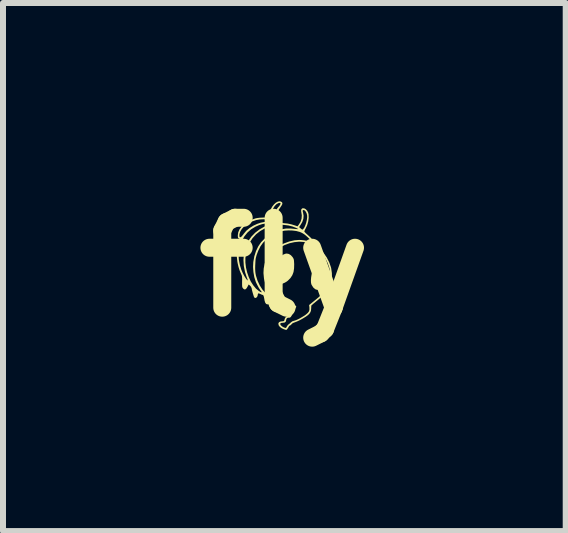
<source format=kicad_pcb>
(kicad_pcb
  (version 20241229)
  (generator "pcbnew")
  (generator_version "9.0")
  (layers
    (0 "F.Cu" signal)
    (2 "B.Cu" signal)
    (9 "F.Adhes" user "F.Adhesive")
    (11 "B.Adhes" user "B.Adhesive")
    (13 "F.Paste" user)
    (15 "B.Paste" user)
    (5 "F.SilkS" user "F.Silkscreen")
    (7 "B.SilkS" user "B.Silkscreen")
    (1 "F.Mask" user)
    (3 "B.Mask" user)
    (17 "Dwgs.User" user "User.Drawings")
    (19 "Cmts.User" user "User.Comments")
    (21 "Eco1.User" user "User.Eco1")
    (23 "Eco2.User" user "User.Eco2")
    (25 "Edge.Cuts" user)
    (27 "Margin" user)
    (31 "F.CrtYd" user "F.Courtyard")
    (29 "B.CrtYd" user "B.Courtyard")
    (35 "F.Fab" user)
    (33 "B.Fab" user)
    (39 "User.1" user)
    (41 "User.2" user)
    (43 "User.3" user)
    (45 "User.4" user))
  (footprint "fly"
    (layer "F.Cu")
    (at 1.693 1.404)
    (property "Reference" "fly" (at 0 0 0) (layer "F.SilkS") (effects (font (size 1.5 1.5) (thickness 0.3))))
    (attr board_only exclude_from_pos_files exclude_from_bom)
    (fp_poly (pts (xy 0.599 -0.059) (xy 0.61 -0.052) (xy 0.628 -0.03) (xy 0.644 0.004) (xy 0.656 0.047) (xy 0.665 0.096) (xy 0.67 0.147) (xy 0.672 0.199) (xy 0.669 0.247) (xy 0.661 0.29) (xy 0.649 0.322) (xy 0.626 0.354) (xy 0.596 0.374) (xy 0.563 0.382) (xy 0.529 0.376) (xy 0.513 0.368) (xy 0.482 0.341) (xy 0.457 0.301) (xy 0.45 0.287) (xy 0.444 0.257) (xy 0.443 0.217) (xy 0.447 0.17) (xy 0.455 0.121) (xy 0.467 0.072) (xy 0.482 0.028) (xy 0.497 -0.003) (xy 0.52 -0.034) (xy 0.546 -0.054) (xy 0.573 -0.063)) (stroke (width 0) (type solid)) (fill yes) (layer "F.SilkS"))
    (fp_poly (pts (xy 0.075 -0.218) (xy 0.109 -0.197) (xy 0.137 -0.166) (xy 0.147 -0.15) (xy 0.154 -0.136) (xy 0.159 -0.119) (xy 0.161 -0.096) (xy 0.163 -0.064) (xy 0.164 -0.048) (xy 0.162 0.023) (xy 0.153 0.083) (xy 0.133 0.136) (xy 0.103 0.182) (xy 0.061 0.225) (xy 0.057 0.229) (xy 0.012 0.259) (xy -0.034 0.279) (xy -0.08 0.286) (xy -0.124 0.28) (xy -0.139 0.274) (xy -0.173 0.252) (xy -0.198 0.219) (xy -0.213 0.177) (xy -0.219 0.13) (xy -0.216 0.077) (xy -0.202 0.022) (xy -0.179 -0.034) (xy -0.161 -0.068) (xy -0.131 -0.11) (xy -0.096 -0.148) (xy -0.058 -0.181) (xy -0.02 -0.206) (xy 0.015 -0.221) (xy 0.04 -0.225)) (stroke (width 0) (type solid)) (fill yes) (layer "F.SilkS"))
    (fp_poly (pts (xy -0.057 -1.092) (xy -0.038 -1.078) (xy -0.033 -1.065) (xy -0.035 -1.048) (xy -0.047 -1.025) (xy -0.068 -0.993) (xy -0.072 -0.987) (xy -0.089 -0.963) (xy -0.103 -0.941) (xy -0.11 -0.925) (xy -0.11 -0.925) (xy -0.112 -0.902) (xy -0.112 -0.871) (xy -0.109 -0.835) (xy -0.105 -0.801) (xy -0.099 -0.773) (xy -0.095 -0.764) (xy -0.084 -0.738) (xy -0.014 -0.732) (xy 0.055 -0.725) (xy 0.117 -0.712) (xy 0.179 -0.693) (xy 0.219 -0.679) (xy 0.237 -0.701) (xy 0.269 -0.752) (xy 0.287 -0.806) (xy 0.291 -0.862) (xy 0.285 -0.9) (xy 0.279 -0.936) (xy 0.283 -0.962) (xy 0.296 -0.976) (xy 0.305 -0.98) (xy 0.33 -0.979) (xy 0.355 -0.966) (xy 0.378 -0.943) (xy 0.395 -0.913) (xy 0.404 -0.88) (xy 0.406 -0.822) (xy 0.398 -0.76) (xy 0.381 -0.699) (xy 0.356 -0.644) (xy 0.352 -0.638) (xy 0.341 -0.616) (xy 0.334 -0.598) (xy 0.334 -0.59) (xy 0.342 -0.581) (xy 0.358 -0.564) (xy 0.379 -0.545) (xy 0.385 -0.54) (xy 0.433 -0.496) (xy 0.481 -0.443) (xy 0.524 -0.388) (xy 0.536 -0.371) (xy 0.556 -0.344) (xy 0.581 -0.316) (xy 0.596 -0.3) (xy 0.656 -0.234) (xy 0.708 -0.158) (xy 0.749 -0.077) (xy 0.778 0.006) (xy 0.781 0.019) (xy 0.793 0.103) (xy 0.791 0.185) (xy 0.775 0.265) (xy 0.744 0.342) (xy 0.7 0.414) (xy 0.668 0.452) (xy 0.65 0.47) (xy 0.623 0.495) (xy 0.591 0.523) (xy 0.556 0.553) (xy 0.542 0.564) (xy 0.511 0.59) (xy 0.484 0.612) (xy 0.464 0.63) (xy 0.452 0.641) (xy 0.45 0.644) (xy 0.449 0.653) (xy 0.448 0.673) (xy 0.447 0.695) (xy 0.444 0.725) (xy 0.435 0.752) (xy 0.419 0.777) (xy 0.395 0.801) (xy 0.361 0.826) (xy 0.316 0.854) (xy 0.281 0.874) (xy 0.247 0.892) (xy 0.214 0.907) (xy 0.186 0.918) (xy 0.173 0.923) (xy 0.141 0.935) (xy 0.121 0.953) (xy 0.107 0.968) (xy 0.095 0.975) (xy 0.094 0.975) (xy 0.083 0.981) (xy 0.072 0.996) (xy 0.071 1) (xy 0.057 1.022) (xy 0.044 1.04) (xy 0.033 1.049) (xy 0.031 1.05) (xy 0.022 1.047) (xy 0.003 1.041) (xy -0.007 1.038) (xy -0.046 1.02) (xy -0.075 0.998) (xy -0.094 0.973) (xy -0.1 0.947) (xy -0.097 0.933) (xy -0.084 0.917) (xy -0.059 0.908) (xy -0.03 0.905) (xy -0.011 0.902) (xy -0.002 0.893) (xy -0.001 0.889) (xy 0.011 0.852) (xy 0.031 0.827) (xy 0.058 0.815) (xy 0.071 0.814) (xy 0.078 0.813) (xy 0.084 0.81) (xy 0.09 0.802) (xy 0.099 0.787) (xy 0.111 0.763) (xy 0.127 0.729) (xy 0.134 0.716) (xy 0.155 0.67) (xy 0.102 0.66) (xy 0.034 0.644) (xy -0.026 0.62) (xy -0.072 0.596) (xy -0.104 0.578) (xy -0.141 0.561) (xy -0.167 0.551) (xy -0.218 0.534) (xy -0.24 0.578) (xy -0.253 0.603) (xy -0.264 0.616) (xy -0.274 0.622) (xy -0.284 0.623) (xy -0.303 0.616) (xy -0.318 0.597) (xy -0.329 0.564) (xy -0.334 0.536) (xy -0.341 0.499) (xy -0.349 0.475) (xy -0.359 0.466) (xy -0.362 0.465) (xy -0.374 0.462) (xy -0.393 0.453) (xy -0.4 0.45) (xy -0.423 0.44) (xy -0.437 0.441) (xy -0.442 0.453) (xy -0.443 0.458) (xy -0.447 0.483) (xy -0.458 0.502) (xy -0.473 0.514) (xy -0.489 0.516) (xy -0.502 0.507) (xy -0.508 0.495) (xy -0.515 0.473) (xy -0.524 0.444) (xy -0.533 0.412) (xy -0.541 0.381) (xy -0.545 0.356) (xy -0.546 0.354) (xy -0.556 0.329) (xy -0.572 0.311) (xy -0.595 0.291) (xy -0.61 0.32) (xy -0.629 0.353) (xy -0.647 0.371) (xy -0.664 0.374) (xy -0.681 0.364) (xy -0.69 0.355) (xy -0.697 0.345) (xy -0.702 0.333) (xy -0.704 0.318) (xy -0.705 0.295) (xy -0.705 0.261) (xy -0.705 0.244) (xy -0.704 0.205) (xy -0.705 0.177) (xy -0.707 0.157) (xy -0.711 0.139) (xy -0.719 0.121) (xy -0.726 0.105) (xy -0.747 0.055) (xy -0.763 0.004) (xy -0.777 -0.054) (xy -0.784 -0.09) (xy -0.794 -0.181) (xy -0.793 -0.201) (xy -0.764 -0.201) (xy -0.759 -0.12) (xy -0.743 -0.036) (xy -0.718 0.045) (xy -0.694 0.101) (xy -0.677 0.133) (xy -0.66 0.163) (xy -0.642 0.19) (xy -0.627 0.21) (xy -0.616 0.222) (xy -0.611 0.223) (xy -0.612 0.215) (xy -0.617 0.197) (xy -0.626 0.175) (xy -0.657 0.08) (xy -0.676 -0.017) (xy -0.682 -0.116) (xy -0.68 -0.146) (xy -0.65 -0.146) (xy -0.65 -0.075) (xy -0.64 0.008) (xy -0.621 0.09) (xy -0.594 0.168) (xy -0.56 0.241) (xy -0.519 0.305) (xy -0.474 0.359) (xy -0.43 0.396) (xy -0.406 0.412) (xy -0.388 0.421) (xy -0.379 0.421) (xy -0.379 0.415) (xy -0.388 0.402) (xy -0.405 0.38) (xy -0.426 0.348) (xy -0.446 0.31) (xy -0.465 0.272) (xy -0.476 0.248) (xy -0.501 0.17) (xy -0.516 0.084) (xy -0.521 0.017) (xy -0.487 0.017) (xy -0.486 0.054) (xy -0.484 0.084) (xy -0.48 0.112) (xy -0.474 0.143) (xy -0.473 0.146) (xy -0.447 0.229) (xy -0.411 0.306) (xy -0.367 0.375) (xy -0.315 0.433) (xy -0.288 0.456) (xy -0.258 0.479) (xy -0.231 0.496) (xy -0.21 0.507) (xy -0.195 0.511) (xy -0.19 0.508) (xy -0.194 0.498) (xy -0.206 0.482) (xy -0.229 0.453) (xy -0.254 0.413) (xy -0.279 0.368) (xy -0.301 0.321) (xy -0.318 0.277) (xy -0.319 0.276) (xy -0.34 0.191) (xy -0.348 0.105) (xy -0.348 0.09) (xy -0.317 0.09) (xy -0.311 0.177) (xy -0.293 0.259) (xy -0.262 0.338) (xy -0.217 0.417) (xy -0.21 0.428) (xy -0.167 0.481) (xy -0.113 0.53) (xy -0.054 0.573) (xy 0.008 0.605) (xy 0.033 0.615) (xy 0.056 0.621) (xy 0.087 0.629) (xy 0.121 0.635) (xy 0.154 0.641) (xy 0.18 0.644) (xy 0.191 0.645) (xy 0.195 0.651) (xy 0.198 0.656) (xy 0.196 0.668) (xy 0.186 0.685) (xy 0.18 0.694) (xy 0.166 0.715) (xy 0.151 0.744) (xy 0.139 0.772) (xy 0.122 0.81) (xy 0.107 0.834) (xy 0.09 0.845) (xy 0.074 0.845) (xy 0.054 0.847) (xy 0.038 0.86) (xy 0.03 0.881) (xy 0.03 0.886) (xy 0.024 0.91) (xy 0.007 0.925) (xy -0.022 0.93) (xy -0.026 0.93) (xy -0.054 0.933) (xy -0.068 0.942) (xy -0.068 0.956) (xy -0.059 0.971) (xy -0.043 0.986) (xy -0.021 1.001) (xy 0.001 1.011) (xy 0.02 1.016) (xy 0.026 1.016) (xy 0.034 1.007) (xy 0.042 0.991) (xy 0.055 0.971) (xy 0.072 0.955) (xy 0.093 0.939) (xy 0.11 0.922) (xy 0.136 0.904) (xy 0.159 0.897) (xy 0.184 0.89) (xy 0.218 0.876) (xy 0.257 0.857) (xy 0.296 0.834) (xy 0.334 0.811) (xy 0.359 0.793) (xy 0.39 0.766) (xy 0.409 0.742) (xy 0.418 0.715) (xy 0.418 0.682) (xy 0.418 0.676) (xy 0.413 0.634) (xy 0.478 0.581) (xy 0.532 0.537) (xy 0.575 0.501) (xy 0.61 0.469) (xy 0.639 0.442) (xy 0.662 0.416) (xy 0.682 0.391) (xy 0.701 0.365) (xy 0.714 0.345) (xy 0.736 0.298) (xy 0.753 0.24) (xy 0.762 0.177) (xy 0.764 0.112) (xy 0.758 0.049) (xy 0.751 0.017) (xy 0.725 -0.061) (xy 0.688 -0.136) (xy 0.64 -0.207) (xy 0.585 -0.271) (xy 0.524 -0.326) (xy 0.458 -0.37) (xy 0.39 -0.401) (xy 0.321 -0.418) (xy 0.246 -0.423) (xy 0.167 -0.415) (xy 0.086 -0.397) (xy 0.005 -0.367) (xy -0.074 -0.326) (xy -0.098 -0.312) (xy -0.143 -0.281) (xy -0.178 -0.251) (xy -0.208 -0.22) (xy -0.235 -0.182) (xy -0.241 -0.174) (xy -0.276 -0.112) (xy -0.3 -0.049) (xy -0.313 0.017) (xy -0.317 0.09) (xy -0.348 0.09) (xy -0.344 0.021) (xy -0.327 -0.06) (xy -0.298 -0.135) (xy -0.257 -0.204) (xy -0.244 -0.221) (xy -0.209 -0.261) (xy -0.177 -0.293) (xy -0.141 -0.32) (xy -0.098 -0.347) (xy -0.008 -0.393) (xy 0.082 -0.426) (xy 0.17 -0.446) (xy 0.247 -0.452) (xy 0.287 -0.45) (xy 0.327 -0.446) (xy 0.366 -0.439) (xy 0.398 -0.432) (xy 0.42 -0.423) (xy 0.424 -0.421) (xy 0.439 -0.412) (xy 0.456 -0.405) (xy 0.469 -0.403) (xy 0.473 -0.405) (xy 0.467 -0.415) (xy 0.453 -0.432) (xy 0.433 -0.454) (xy 0.409 -0.479) (xy 0.383 -0.503) (xy 0.358 -0.525) (xy 0.344 -0.537) (xy 0.315 -0.557) (xy 0.282 -0.575) (xy 0.258 -0.585) (xy 0.199 -0.601) (xy 0.135 -0.609) (xy 0.069 -0.611) (xy 0.005 -0.607) (xy -0.052 -0.596) (xy -0.1 -0.578) (xy -0.136 -0.56) (xy -0.175 -0.538) (xy -0.215 -0.516) (xy -0.251 -0.494) (xy -0.281 -0.474) (xy -0.302 -0.46) (xy -0.304 -0.457) (xy -0.355 -0.406) (xy -0.399 -0.345) (xy -0.435 -0.273) (xy -0.462 -0.203) (xy -0.47 -0.174) (xy -0.477 -0.148) (xy -0.481 -0.12) (xy -0.483 -0.086) (xy -0.485 -0.043) (xy -0.486 -0.03) (xy -0.487 0.017) (xy -0.521 0.017) (xy -0.522 -0.004) (xy -0.518 -0.083) (xy -0.501 -0.178) (xy -0.473 -0.266) (xy -0.435 -0.345) (xy -0.388 -0.414) (xy -0.331 -0.472) (xy -0.268 -0.518) (xy -0.238 -0.536) (xy -0.207 -0.554) (xy -0.183 -0.569) (xy -0.18 -0.571) (xy -0.113 -0.606) (xy -0.044 -0.63) (xy 0.028 -0.642) (xy 0.107 -0.642) (xy 0.152 -0.638) (xy 0.184 -0.635) (xy 0.21 -0.633) (xy 0.226 -0.632) (xy 0.23 -0.633) (xy 0.225 -0.637) (xy 0.21 -0.645) (xy 0.193 -0.654) (xy 0.162 -0.666) (xy 0.246 -0.666) (xy 0.271 -0.645) (xy 0.289 -0.63) (xy 0.3 -0.624) (xy 0.308 -0.627) (xy 0.317 -0.636) (xy 0.335 -0.663) (xy 0.352 -0.702) (xy 0.366 -0.745) (xy 0.376 -0.791) (xy 0.381 -0.833) (xy 0.379 -0.865) (xy 0.371 -0.895) (xy 0.358 -0.922) (xy 0.341 -0.942) (xy 0.33 -0.949) (xy 0.313 -0.951) (xy 0.306 -0.944) (xy 0.307 -0.925) (xy 0.312 -0.909) (xy 0.321 -0.856) (xy 0.317 -0.804) (xy 0.299 -0.751) (xy 0.27 -0.702) (xy 0.246 -0.666) (xy 0.162 -0.666) (xy 0.136 -0.676) (xy 0.07 -0.693) (xy -0.002 -0.702) (xy -0.031 -0.705) (xy -0.048 -0.705) (xy -0.057 -0.702) (xy -0.06 -0.697) (xy -0.06 -0.691) (xy -0.064 -0.678) (xy -0.073 -0.677) (xy -0.086 -0.687) (xy -0.1 -0.706) (xy -0.103 -0.71) (xy -0.122 -0.755) (xy -0.135 -0.803) (xy -0.141 -0.852) (xy -0.141 -0.899) (xy -0.134 -0.941) (xy -0.12 -0.976) (xy -0.103 -0.997) (xy -0.091 -1.01) (xy -0.077 -1.029) (xy -0.074 -1.033) (xy -0.064 -1.054) (xy -0.066 -1.067) (xy -0.079 -1.07) (xy -0.099 -1.066) (xy -0.132 -1.048) (xy -0.161 -1.018) (xy -0.186 -0.979) (xy -0.205 -0.934) (xy -0.21 -0.911) (xy -0.215 -0.881) (xy -0.215 -0.857) (xy -0.209 -0.831) (xy -0.208 -0.825) (xy -0.197 -0.789) (xy -0.184 -0.753) (xy -0.171 -0.72) (xy -0.16 -0.695) (xy -0.151 -0.68) (xy -0.145 -0.667) (xy -0.146 -0.66) (xy -0.157 -0.653) (xy -0.172 -0.658) (xy -0.183 -0.671) (xy -0.19 -0.681) (xy -0.198 -0.686) (xy -0.211 -0.684) (xy -0.233 -0.678) (xy -0.234 -0.678) (xy -0.323 -0.645) (xy -0.402 -0.601) (xy -0.472 -0.546) (xy -0.531 -0.481) (xy -0.579 -0.408) (xy -0.615 -0.327) (xy -0.639 -0.24) (xy -0.65 -0.146) (xy -0.68 -0.146) (xy -0.675 -0.213) (xy -0.655 -0.306) (xy -0.638 -0.357) (xy -0.6 -0.436) (xy -0.549 -0.508) (xy -0.486 -0.573) (xy -0.414 -0.628) (xy -0.334 -0.673) (xy -0.305 -0.686) (xy -0.277 -0.696) (xy -0.25 -0.705) (xy -0.233 -0.71) (xy -0.215 -0.715) (xy -0.21 -0.72) (xy -0.219 -0.724) (xy -0.24 -0.727) (xy -0.268 -0.728) (xy -0.321 -0.725) (xy -0.372 -0.715) (xy -0.424 -0.698) (xy -0.484 -0.672) (xy -0.485 -0.671) (xy -0.553 -0.63) (xy -0.614 -0.577) (xy -0.666 -0.513) (xy -0.708 -0.44) (xy -0.739 -0.36) (xy -0.758 -0.277) (xy -0.764 -0.201) (xy -0.793 -0.201) (xy -0.79 -0.268) (xy -0.772 -0.354) (xy -0.754 -0.408) (xy -0.744 -0.436) (xy -0.74 -0.453) (xy -0.741 -0.463) (xy -0.748 -0.47) (xy -0.759 -0.476) (xy -0.769 -0.483) (xy -0.774 -0.494) (xy -0.776 -0.513) (xy -0.776 -0.529) (xy -0.776 -0.532) (xy -0.75 -0.532) (xy -0.749 -0.509) (xy -0.743 -0.498) (xy -0.731 -0.497) (xy -0.725 -0.5) (xy -0.715 -0.508) (xy -0.7 -0.525) (xy -0.682 -0.547) (xy -0.68 -0.551) (xy -0.634 -0.606) (xy -0.58 -0.651) (xy -0.517 -0.69) (xy -0.452 -0.72) (xy -0.393 -0.74) (xy -0.332 -0.752) (xy -0.294 -0.755) (xy -0.261 -0.758) (xy -0.24 -0.761) (xy -0.229 -0.764) (xy -0.226 -0.77) (xy -0.227 -0.771) (xy -0.234 -0.782) (xy -0.254 -0.789) (xy -0.286 -0.794) (xy -0.331 -0.796) (xy -0.345 -0.797) (xy -0.411 -0.794) (xy -0.471 -0.783) (xy -0.531 -0.762) (xy -0.575 -0.742) (xy -0.629 -0.71) (xy -0.675 -0.673) (xy -0.711 -0.632) (xy -0.736 -0.59) (xy -0.749 -0.548) (xy -0.75 -0.532) (xy -0.776 -0.532) (xy -0.769 -0.579) (xy -0.748 -0.628) (xy -0.715 -0.674) (xy -0.671 -0.717) (xy -0.618 -0.754) (xy -0.556 -0.785) (xy -0.488 -0.809) (xy -0.469 -0.814) (xy -0.445 -0.818) (xy -0.412 -0.822) (xy -0.376 -0.824) (xy -0.338 -0.826) (xy -0.303 -0.826) (xy -0.274 -0.826) (xy -0.254 -0.824) (xy -0.249 -0.822) (xy -0.246 -0.827) (xy -0.244 -0.844) (xy -0.243 -0.869) (xy -0.243 -0.873) (xy -0.242 -0.908) (xy -0.236 -0.937) (xy -0.225 -0.967) (xy -0.224 -0.969) (xy -0.2 -1.011) (xy -0.172 -1.046) (xy -0.142 -1.073) (xy -0.112 -1.09) (xy -0.083 -1.097)) (stroke (width 0) (type solid)) (fill yes) (layer "F.SilkS")))
  (gr_rect
    (start -3 -3)
    (end 6.386 5.808)
    (stroke (width 0.1) (type default))
    (fill no)
    (layer "Edge.Cuts")))
</source>
